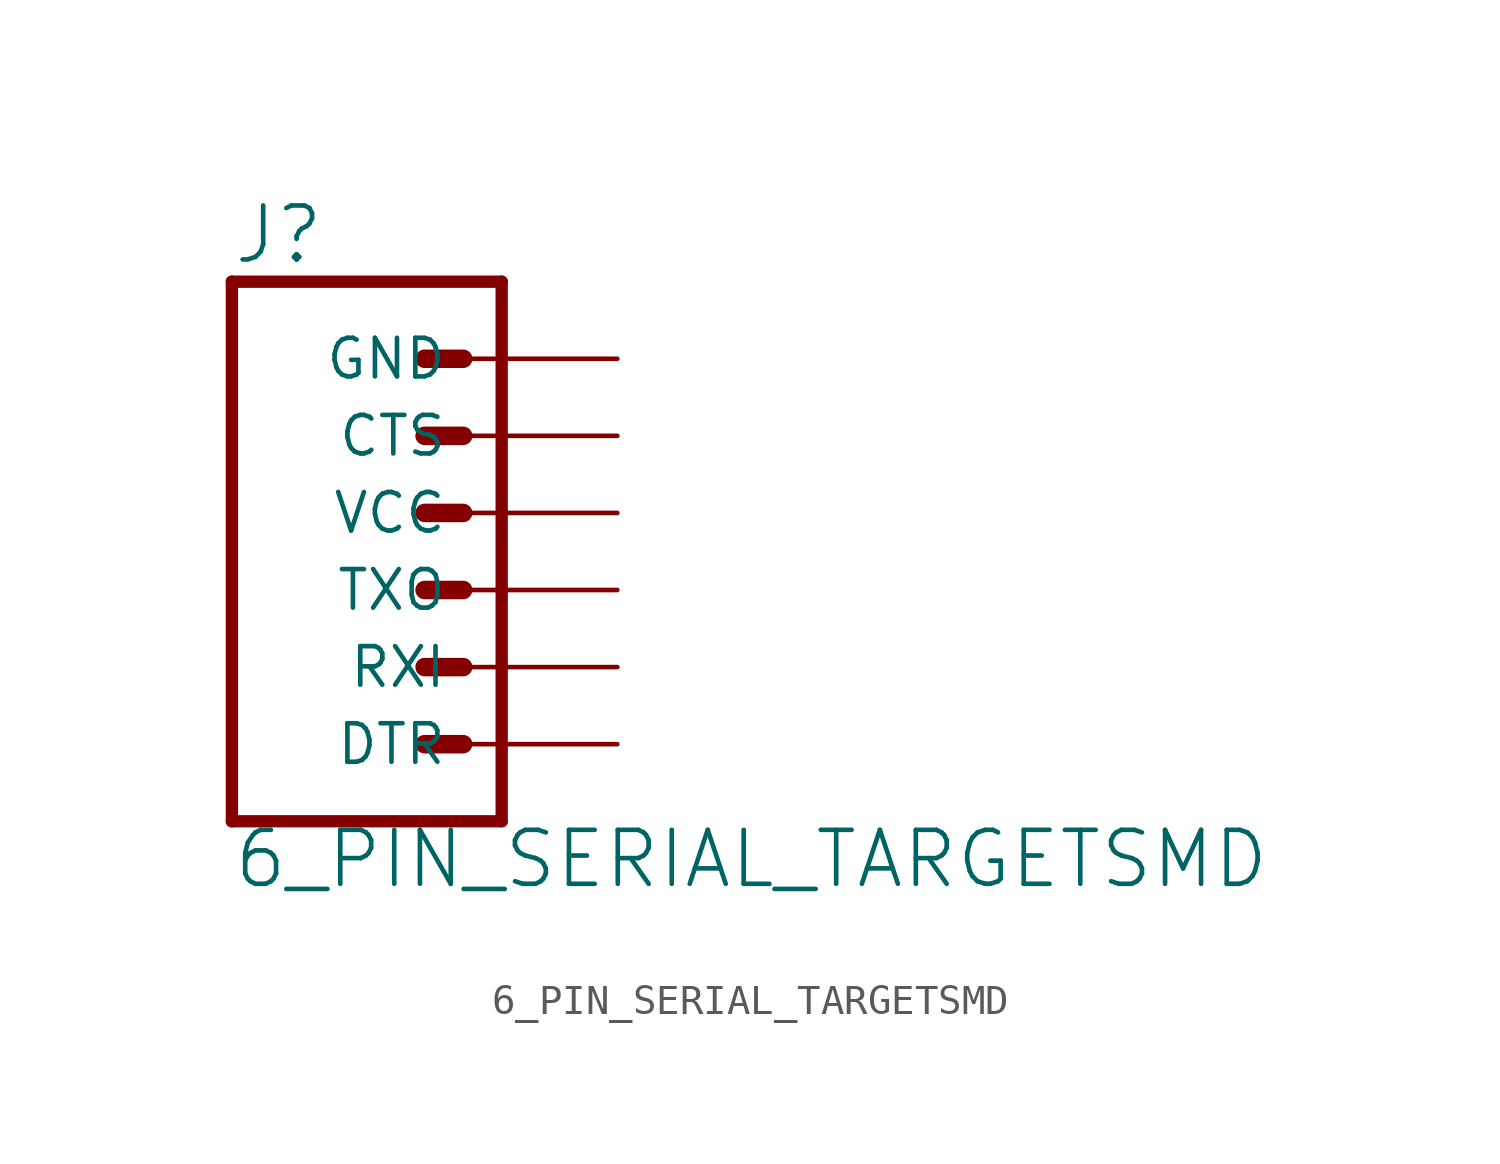
<source format=kicad_sym>
(kicad_symbol_lib
  (version 20211014)
  (generator kicad_symbol_editor)
  (symbol "6_PIN_SERIAL_TARGETSMD"
    (property "Reference" "J"
      (at -7.62 10.668 0)
      (effects (font (size 1.778 1.778)) (justify left bottom)))
    (property "Value" "6_PIN_SERIAL_TARGETSMD"
      (at -7.62 -9.906 0)
      (effects (font (size 1.778 1.778)) (justify left bottom)))
    (property "ki_locked" ""
      (at 0 0 0)
      (effects (font (size 1.27 1.27))))
    (symbol "6_PIN_SERIAL_TARGETSMD_1_0"
      (polyline (pts (xy -7.62 10.16) (xy -7.62 -7.62)) (stroke (width 0.406) (type default) (color 0 0 0 0)) (fill (type none)))
      (polyline (pts (xy -7.62 10.16) (xy 1.27 10.16)) (stroke (width 0.406) (type default) (color 0 0 0 0)) (fill (type none)))
      (polyline (pts (xy -1.27 -5.08) (xy 0 -5.08)) (stroke (width 0.61) (type default) (color 0 0 0 0)) (fill (type none)))
      (polyline (pts (xy -1.27 -2.54) (xy 0 -2.54)) (stroke (width 0.61) (type default) (color 0 0 0 0)) (fill (type none)))
      (polyline (pts (xy -1.27 0) (xy 0 0)) (stroke (width 0.61) (type default) (color 0 0 0 0)) (fill (type none)))
      (polyline (pts (xy -1.27 2.54) (xy 0 2.54)) (stroke (width 0.61) (type default) (color 0 0 0 0)) (fill (type none)))
      (polyline (pts (xy -1.27 5.08) (xy 0 5.08)) (stroke (width 0.61) (type default) (color 0 0 0 0)) (fill (type none)))
      (polyline (pts (xy -1.27 7.62) (xy 0 7.62)) (stroke (width 0.61) (type default) (color 0 0 0 0)) (fill (type none)))
      (polyline (pts (xy 1.27 -7.62) (xy -7.62 -7.62)) (stroke (width 0.406) (type default) (color 0 0 0 0)) (fill (type none)))
      (polyline (pts (xy 1.27 -7.62) (xy 1.27 10.16)) (stroke (width 0.406) (type default) (color 0 0 0 0)) (fill (type none)))
      (pin passive line (at 5.08 -5.08 180) (length 5.08) (name "DTR" (effects (font (size 1.27 1.27)))) (number "1" (effects (font (size 0 0)))))
      (pin passive line (at 5.08 -2.54 180) (length 5.08) (name "RXI" (effects (font (size 1.27 1.27)))) (number "2" (effects (font (size 0 0)))))
      (pin passive line (at 5.08 0 180) (length 5.08) (name "TXO" (effects (font (size 1.27 1.27)))) (number "3" (effects (font (size 0 0)))))
      (pin passive line (at 5.08 2.54 180) (length 5.08) (name "VCC" (effects (font (size 1.27 1.27)))) (number "4" (effects (font (size 0 0)))))
      (pin passive line (at 5.08 5.08 180) (length 5.08) (name "CTS" (effects (font (size 1.27 1.27)))) (number "5" (effects (font (size 0 0)))))
      (pin passive line (at 5.08 7.62 180) (length 5.08) (name "GND" (effects (font (size 1.27 1.27)))) (number "6" (effects (font (size 0 0))))))))
</source>
